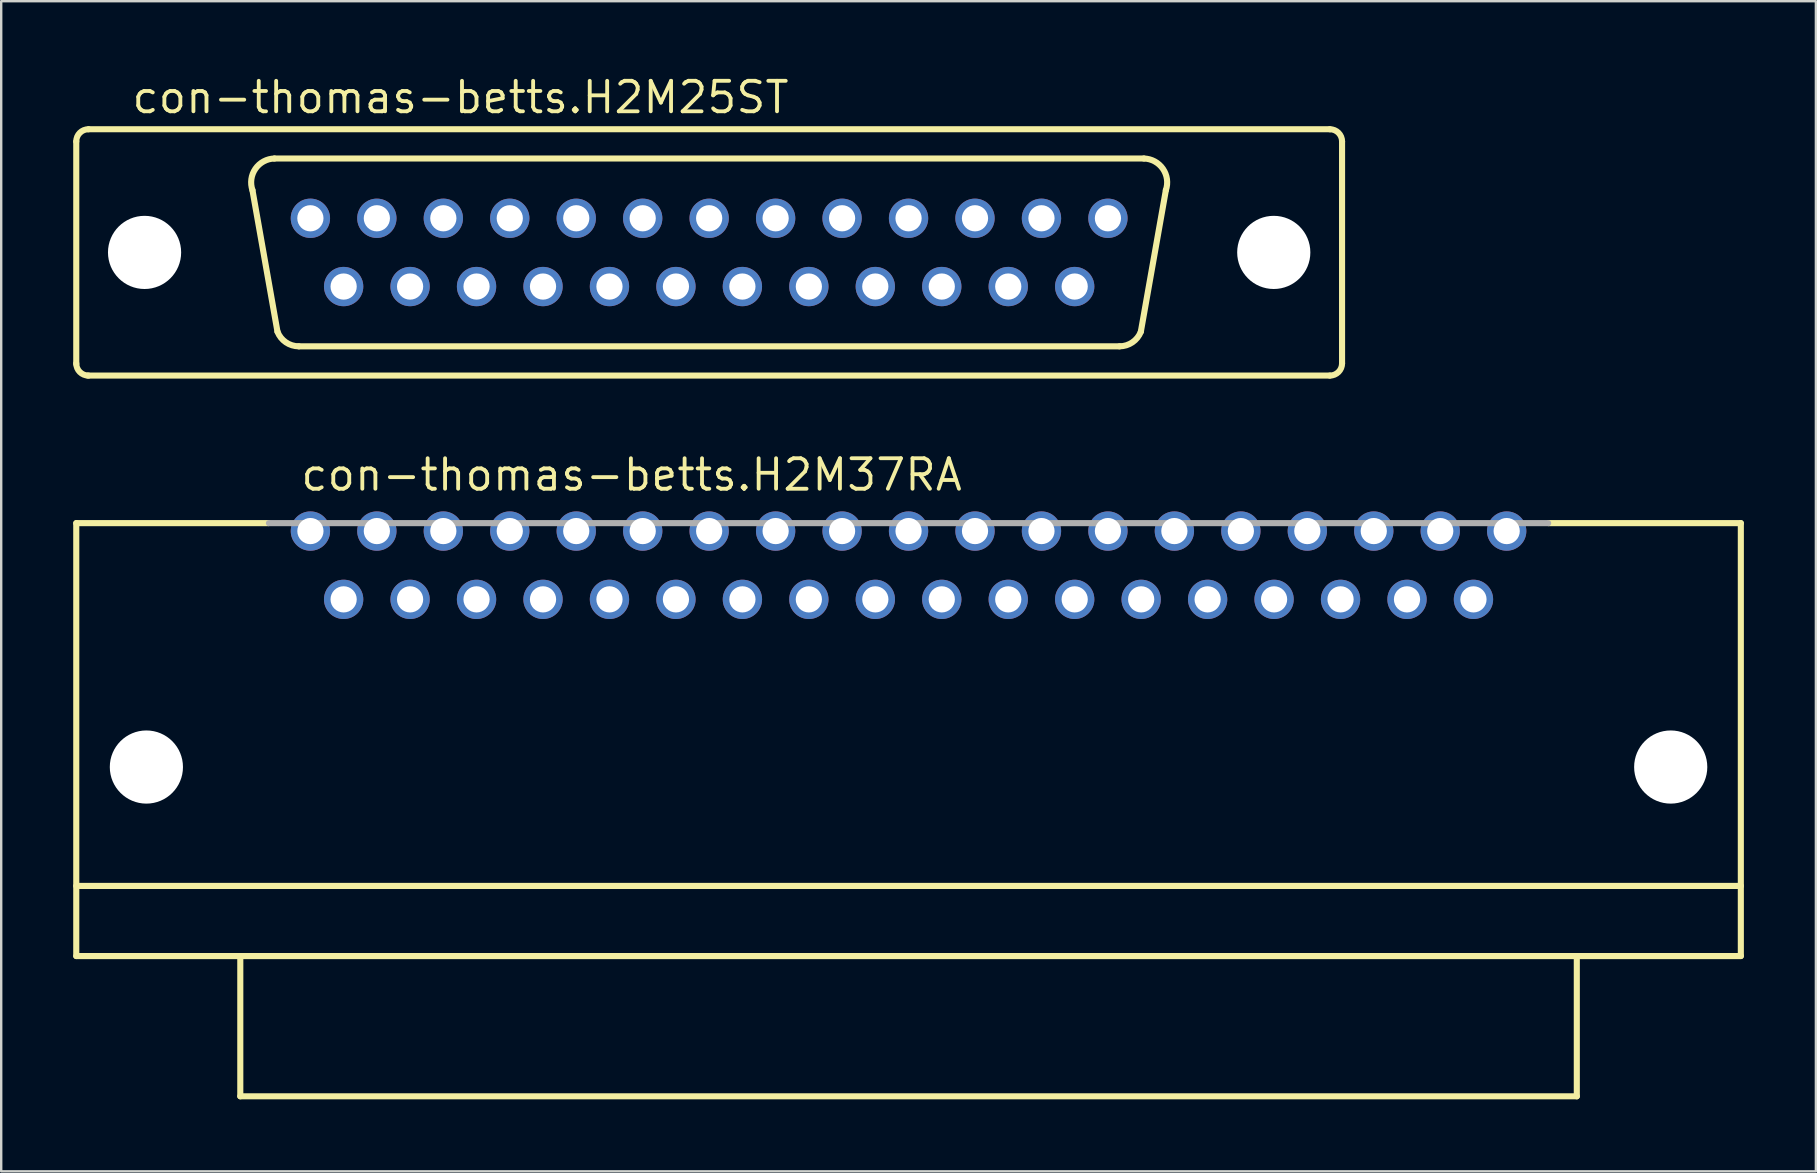
<source format=kicad_pcb>
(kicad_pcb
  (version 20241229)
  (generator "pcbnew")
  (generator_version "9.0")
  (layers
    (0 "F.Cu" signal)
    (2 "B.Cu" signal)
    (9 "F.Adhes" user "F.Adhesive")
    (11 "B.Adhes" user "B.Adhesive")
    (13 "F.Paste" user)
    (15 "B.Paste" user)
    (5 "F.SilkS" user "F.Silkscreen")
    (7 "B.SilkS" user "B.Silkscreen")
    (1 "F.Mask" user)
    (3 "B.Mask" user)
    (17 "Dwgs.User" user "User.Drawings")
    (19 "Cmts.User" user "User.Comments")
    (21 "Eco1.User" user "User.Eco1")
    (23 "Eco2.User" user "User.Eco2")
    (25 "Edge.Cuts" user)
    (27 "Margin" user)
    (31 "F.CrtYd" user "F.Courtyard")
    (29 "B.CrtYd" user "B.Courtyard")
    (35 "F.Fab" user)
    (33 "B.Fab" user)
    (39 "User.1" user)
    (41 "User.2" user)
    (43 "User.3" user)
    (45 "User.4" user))
  (footprint "con-thomas-betts.H2M25ST"
    (layer "F.Cu")
    (at 26.492 7.465)
    (property "Reference" "con-thomas-betts.H2M25ST" (at -24.13 -5.715 0) (layer "F.SilkS") (effects (font (size 1.27 1.27) (thickness 0.16)) (justify left bottom)))
    (attr through_hole)
    (fp_line (start -26.365 4.648) (end -26.365 -4.623) (stroke (width 0.254) (type default)) (layer "F.SilkS"))
    (fp_line (start -25.857 -5.131) (end 25.857 -5.131) (stroke (width 0.254) (type default)) (layer "F.SilkS"))
    (fp_line (start -17.983 3.302) (end -19.025 -2.591) (stroke (width 0.254) (type default)) (layer "F.SilkS"))
    (fp_line (start 17.094 3.912) (end -17.094 3.912) (stroke (width 0.254) (type default)) (layer "F.SilkS"))
    (fp_line (start 17.983 3.302) (end 19.025 -2.591) (stroke (width 0.254) (type default)) (layer "F.SilkS"))
    (fp_line (start 18.11 -3.912) (end -18.11 -3.912) (stroke (width 0.254) (type default)) (layer "F.SilkS"))
    (fp_line (start 25.857 5.131) (end -25.883 5.131) (stroke (width 0.254) (type default)) (layer "F.SilkS"))
    (fp_line (start 26.365 -4.623) (end 26.365 4.623) (stroke (width 0.254) (type default)) (layer "F.SilkS"))
    (fp_arc (start -26.3652 -4.6228) (mid -26.21641 -4.98201) (end -25.8572 -5.1308) (stroke (width 0.254) (type default)) (layer "F.SilkS"))
    (fp_arc (start -25.8572 5.1308) (mid -26.21641 4.98201) (end -26.3652 4.6228) (stroke (width 0.254) (type default)) (layer "F.SilkS"))
    (fp_arc (start -19.0246 -2.5908) (mid -18.902743 -3.483361) (end -18.1102 -3.9116) (stroke (width 0.254) (type default)) (layer "F.SilkS"))
    (fp_arc (start -17.0942 3.9116) (mid -17.633229 3.744654) (end -17.9832 3.302) (stroke (width 0.254) (type default)) (layer "F.SilkS"))
    (fp_arc (start 17.9832 3.302) (mid 17.633229 3.744654) (end 17.0942 3.9116) (stroke (width 0.254) (type default)) (layer "F.SilkS"))
    (fp_arc (start 18.1102 -3.9116) (mid 18.902743 -3.483361) (end 19.0246 -2.5908) (stroke (width 0.254) (type default)) (layer "F.SilkS"))
    (fp_arc (start 25.8572 -5.1308) (mid 26.21641 -4.98201) (end 26.3652 -4.6228) (stroke (width 0.254) (type default)) (layer "F.SilkS"))
    (fp_arc (start 26.3652 4.6228) (mid 26.21641 4.98201) (end 25.8572 5.1308) (stroke (width 0.254) (type default)) (layer "F.SilkS"))
    (pad "" np_thru_hole circle (at -23.52 0) (size 3.048 3.048) (drill 3.048) (layers "*.Cu" "*.Mask"))
    (pad "" np_thru_hole circle (at 23.52 0) (size 3.048 3.048) (drill 3.048) (layers "*.Cu" "*.Mask"))
    (pad "1" thru_hole circle (at -16.612 -1.422 180) (size 1.638 1.638) (drill 1.092) (layers "*.Cu" "*.Mask"))
    (pad "2" thru_hole circle (at -13.843 -1.422 180) (size 1.638 1.638) (drill 1.092) (layers "*.Cu" "*.Mask"))
    (pad "3" thru_hole circle (at -11.074 -1.422 180) (size 1.638 1.638) (drill 1.092) (layers "*.Cu" "*.Mask"))
    (pad "4" thru_hole circle (at -8.306 -1.422 180) (size 1.638 1.638) (drill 1.092) (layers "*.Cu" "*.Mask"))
    (pad "5" thru_hole circle (at -5.537 -1.422 180) (size 1.638 1.638) (drill 1.092) (layers "*.Cu" "*.Mask"))
    (pad "6" thru_hole circle (at -2.769 -1.422 180) (size 1.638 1.638) (drill 1.092) (layers "*.Cu" "*.Mask"))
    (pad "7" thru_hole circle (at 0 -1.422 180) (size 1.638 1.638) (drill 1.092) (layers "*.Cu" "*.Mask"))
    (pad "8" thru_hole circle (at 2.769 -1.422 180) (size 1.638 1.638) (drill 1.092) (layers "*.Cu" "*.Mask"))
    (pad "9" thru_hole circle (at 5.537 -1.422 180) (size 1.638 1.638) (drill 1.092) (layers "*.Cu" "*.Mask"))
    (pad "10" thru_hole circle (at 8.306 -1.422 180) (size 1.638 1.638) (drill 1.092) (layers "*.Cu" "*.Mask"))
    (pad "11" thru_hole circle (at 11.074 -1.422 180) (size 1.638 1.638) (drill 1.092) (layers "*.Cu" "*.Mask"))
    (pad "12" thru_hole circle (at 13.843 -1.422 180) (size 1.638 1.638) (drill 1.092) (layers "*.Cu" "*.Mask"))
    (pad "13" thru_hole circle (at 16.612 -1.422 180) (size 1.638 1.638) (drill 1.092) (layers "*.Cu" "*.Mask"))
    (pad "14" thru_hole circle (at -15.227 1.422 180) (size 1.638 1.638) (drill 1.092) (layers "*.Cu" "*.Mask"))
    (pad "15" thru_hole circle (at -12.459 1.422 180) (size 1.638 1.638) (drill 1.092) (layers "*.Cu" "*.Mask"))
    (pad "16" thru_hole circle (at -9.69 1.422 180) (size 1.638 1.638) (drill 1.092) (layers "*.Cu" "*.Mask"))
    (pad "17" thru_hole circle (at -6.921 1.422 180) (size 1.638 1.638) (drill 1.092) (layers "*.Cu" "*.Mask"))
    (pad "18" thru_hole circle (at -4.153 1.422 180) (size 1.638 1.638) (drill 1.092) (layers "*.Cu" "*.Mask"))
    (pad "19" thru_hole circle (at -1.384 1.422 180) (size 1.638 1.638) (drill 1.092) (layers "*.Cu" "*.Mask"))
    (pad "20" thru_hole circle (at 1.384 1.422 180) (size 1.638 1.638) (drill 1.092) (layers "*.Cu" "*.Mask"))
    (pad "21" thru_hole circle (at 4.153 1.422 180) (size 1.638 1.638) (drill 1.092) (layers "*.Cu" "*.Mask"))
    (pad "22" thru_hole circle (at 6.921 1.422 180) (size 1.638 1.638) (drill 1.092) (layers "*.Cu" "*.Mask"))
    (pad "23" thru_hole circle (at 9.69 1.422 180) (size 1.638 1.638) (drill 1.092) (layers "*.Cu" "*.Mask"))
    (pad "24" thru_hole circle (at 12.459 1.422 180) (size 1.638 1.638) (drill 1.092) (layers "*.Cu" "*.Mask"))
    (pad "25" thru_hole circle (at 15.227 1.422 180) (size 1.638 1.638) (drill 1.092) (layers "*.Cu" "*.Mask")))
  (footprint "con-thomas-betts.H2M37RA"
    (layer "F.Cu")
    (at 34.798 26.998)
    (property "Reference" "con-thomas-betts.H2M37RA" (at -25.4 -9.525 0) (layer "F.SilkS") (effects (font (size 1.27 1.27) (thickness 0.16)) (justify left bottom)))
    (attr through_hole)
    (fp_line (start -34.671 -8.255) (end -26.67 -8.255) (stroke (width 0.254) (type default)) (layer "F.SilkS"))
    (fp_line (start -34.671 6.858) (end 34.671 6.858) (stroke (width 0.254) (type default)) (layer "F.SilkS"))
    (fp_line (start -34.671 9.779) (end -34.671 -8.255) (stroke (width 0.254) (type default)) (layer "F.SilkS"))
    (fp_line (start -27.838 9.779) (end -34.671 9.779) (stroke (width 0.254) (type default)) (layer "F.SilkS"))
    (fp_line (start -27.838 9.779) (end 27.838 9.779) (stroke (width 0.254) (type default)) (layer "F.SilkS"))
    (fp_line (start -27.838 15.621) (end -27.838 9.779) (stroke (width 0.254) (type default)) (layer "F.SilkS"))
    (fp_line (start 27.838 9.779) (end 27.838 15.621) (stroke (width 0.254) (type default)) (layer "F.SilkS"))
    (fp_line (start 27.838 15.621) (end -27.838 15.621) (stroke (width 0.254) (type default)) (layer "F.SilkS"))
    (fp_line (start 34.671 -8.255) (end 26.67 -8.255) (stroke (width 0.254) (type default)) (layer "F.SilkS"))
    (fp_line (start 34.671 -8.255) (end 34.671 9.779) (stroke (width 0.254) (type default)) (layer "F.SilkS"))
    (fp_line (start 34.671 9.779) (end 27.838 9.779) (stroke (width 0.254) (type default)) (layer "F.SilkS"))
    (fp_line (start -26.645 -8.255) (end 26.645 -8.255) (stroke (width 0.254) (type default)) (layer "F.Fab"))
    (pad "" np_thru_hole circle (at -31.75 1.905) (size 3.048 3.048) (drill 3.048) (layers "*.Cu" "*.Mask"))
    (pad "" np_thru_hole circle (at 31.75 1.905) (size 3.048 3.048) (drill 3.048) (layers "*.Cu" "*.Mask"))
    (pad "1" thru_hole circle (at -24.917 -7.925) (size 1.638 1.638) (drill 1.092) (layers "*.Cu" "*.Mask"))
    (pad "2" thru_hole circle (at -22.149 -7.925) (size 1.638 1.638) (drill 1.092) (layers "*.Cu" "*.Mask"))
    (pad "3" thru_hole circle (at -19.38 -7.925) (size 1.638 1.638) (drill 1.092) (layers "*.Cu" "*.Mask"))
    (pad "4" thru_hole circle (at -16.612 -7.925) (size 1.638 1.638) (drill 1.092) (layers "*.Cu" "*.Mask"))
    (pad "5" thru_hole circle (at -13.843 -7.925) (size 1.638 1.638) (drill 1.092) (layers "*.Cu" "*.Mask"))
    (pad "6" thru_hole circle (at -11.074 -7.925) (size 1.638 1.638) (drill 1.092) (layers "*.Cu" "*.Mask"))
    (pad "7" thru_hole circle (at -8.306 -7.925) (size 1.638 1.638) (drill 1.092) (layers "*.Cu" "*.Mask"))
    (pad "8" thru_hole circle (at -5.537 -7.925) (size 1.638 1.638) (drill 1.092) (layers "*.Cu" "*.Mask"))
    (pad "9" thru_hole circle (at -2.769 -7.925) (size 1.638 1.638) (drill 1.092) (layers "*.Cu" "*.Mask"))
    (pad "10" thru_hole circle (at 0 -7.925) (size 1.638 1.638) (drill 1.092) (layers "*.Cu" "*.Mask"))
    (pad "11" thru_hole circle (at 2.769 -7.925) (size 1.638 1.638) (drill 1.092) (layers "*.Cu" "*.Mask"))
    (pad "12" thru_hole circle (at 5.537 -7.925) (size 1.638 1.638) (drill 1.092) (layers "*.Cu" "*.Mask"))
    (pad "13" thru_hole circle (at 8.306 -7.925) (size 1.638 1.638) (drill 1.092) (layers "*.Cu" "*.Mask"))
    (pad "14" thru_hole circle (at 11.074 -7.925) (size 1.638 1.638) (drill 1.092) (layers "*.Cu" "*.Mask"))
    (pad "15" thru_hole circle (at 13.843 -7.925) (size 1.638 1.638) (drill 1.092) (layers "*.Cu" "*.Mask"))
    (pad "16" thru_hole circle (at 16.612 -7.925) (size 1.638 1.638) (drill 1.092) (layers "*.Cu" "*.Mask"))
    (pad "17" thru_hole circle (at 19.38 -7.925) (size 1.638 1.638) (drill 1.092) (layers "*.Cu" "*.Mask"))
    (pad "18" thru_hole circle (at 22.149 -7.925) (size 1.638 1.638) (drill 1.092) (layers "*.Cu" "*.Mask"))
    (pad "19" thru_hole circle (at 24.917 -7.925) (size 1.638 1.638) (drill 1.092) (layers "*.Cu" "*.Mask"))
    (pad "20" thru_hole circle (at -23.533 -5.08) (size 1.638 1.638) (drill 1.092) (layers "*.Cu" "*.Mask"))
    (pad "21" thru_hole circle (at -20.765 -5.08) (size 1.638 1.638) (drill 1.092) (layers "*.Cu" "*.Mask"))
    (pad "22" thru_hole circle (at -17.996 -5.08) (size 1.638 1.638) (drill 1.092) (layers "*.Cu" "*.Mask"))
    (pad "23" thru_hole circle (at -15.227 -5.08) (size 1.638 1.638) (drill 1.092) (layers "*.Cu" "*.Mask"))
    (pad "24" thru_hole circle (at -12.459 -5.08) (size 1.638 1.638) (drill 1.092) (layers "*.Cu" "*.Mask"))
    (pad "25" thru_hole circle (at -9.69 -5.08) (size 1.638 1.638) (drill 1.092) (layers "*.Cu" "*.Mask"))
    (pad "26" thru_hole circle (at -6.921 -5.08) (size 1.638 1.638) (drill 1.092) (layers "*.Cu" "*.Mask"))
    (pad "27" thru_hole circle (at -4.153 -5.08) (size 1.638 1.638) (drill 1.092) (layers "*.Cu" "*.Mask"))
    (pad "28" thru_hole circle (at -1.384 -5.08) (size 1.638 1.638) (drill 1.092) (layers "*.Cu" "*.Mask"))
    (pad "29" thru_hole circle (at 1.384 -5.08) (size 1.638 1.638) (drill 1.092) (layers "*.Cu" "*.Mask"))
    (pad "30" thru_hole circle (at 4.153 -5.08) (size 1.638 1.638) (drill 1.092) (layers "*.Cu" "*.Mask"))
    (pad "31" thru_hole circle (at 6.921 -5.08) (size 1.638 1.638) (drill 1.092) (layers "*.Cu" "*.Mask"))
    (pad "32" thru_hole circle (at 9.69 -5.08) (size 1.638 1.638) (drill 1.092) (layers "*.Cu" "*.Mask"))
    (pad "33" thru_hole circle (at 12.459 -5.08) (size 1.638 1.638) (drill 1.092) (layers "*.Cu" "*.Mask"))
    (pad "34" thru_hole circle (at 15.227 -5.08) (size 1.638 1.638) (drill 1.092) (layers "*.Cu" "*.Mask"))
    (pad "35" thru_hole circle (at 17.996 -5.08) (size 1.638 1.638) (drill 1.092) (layers "*.Cu" "*.Mask"))
    (pad "36" thru_hole circle (at 20.765 -5.08) (size 1.638 1.638) (drill 1.092) (layers "*.Cu" "*.Mask"))
    (pad "37" thru_hole circle (at 23.533 -5.08) (size 1.638 1.638) (drill 1.092) (layers "*.Cu" "*.Mask")))
  (gr_rect
    (start -3 -3)
    (end 72.596 45.746)
    (stroke (width 0.1) (type default))
    (fill no)
    (layer "Edge.Cuts")))
</source>
